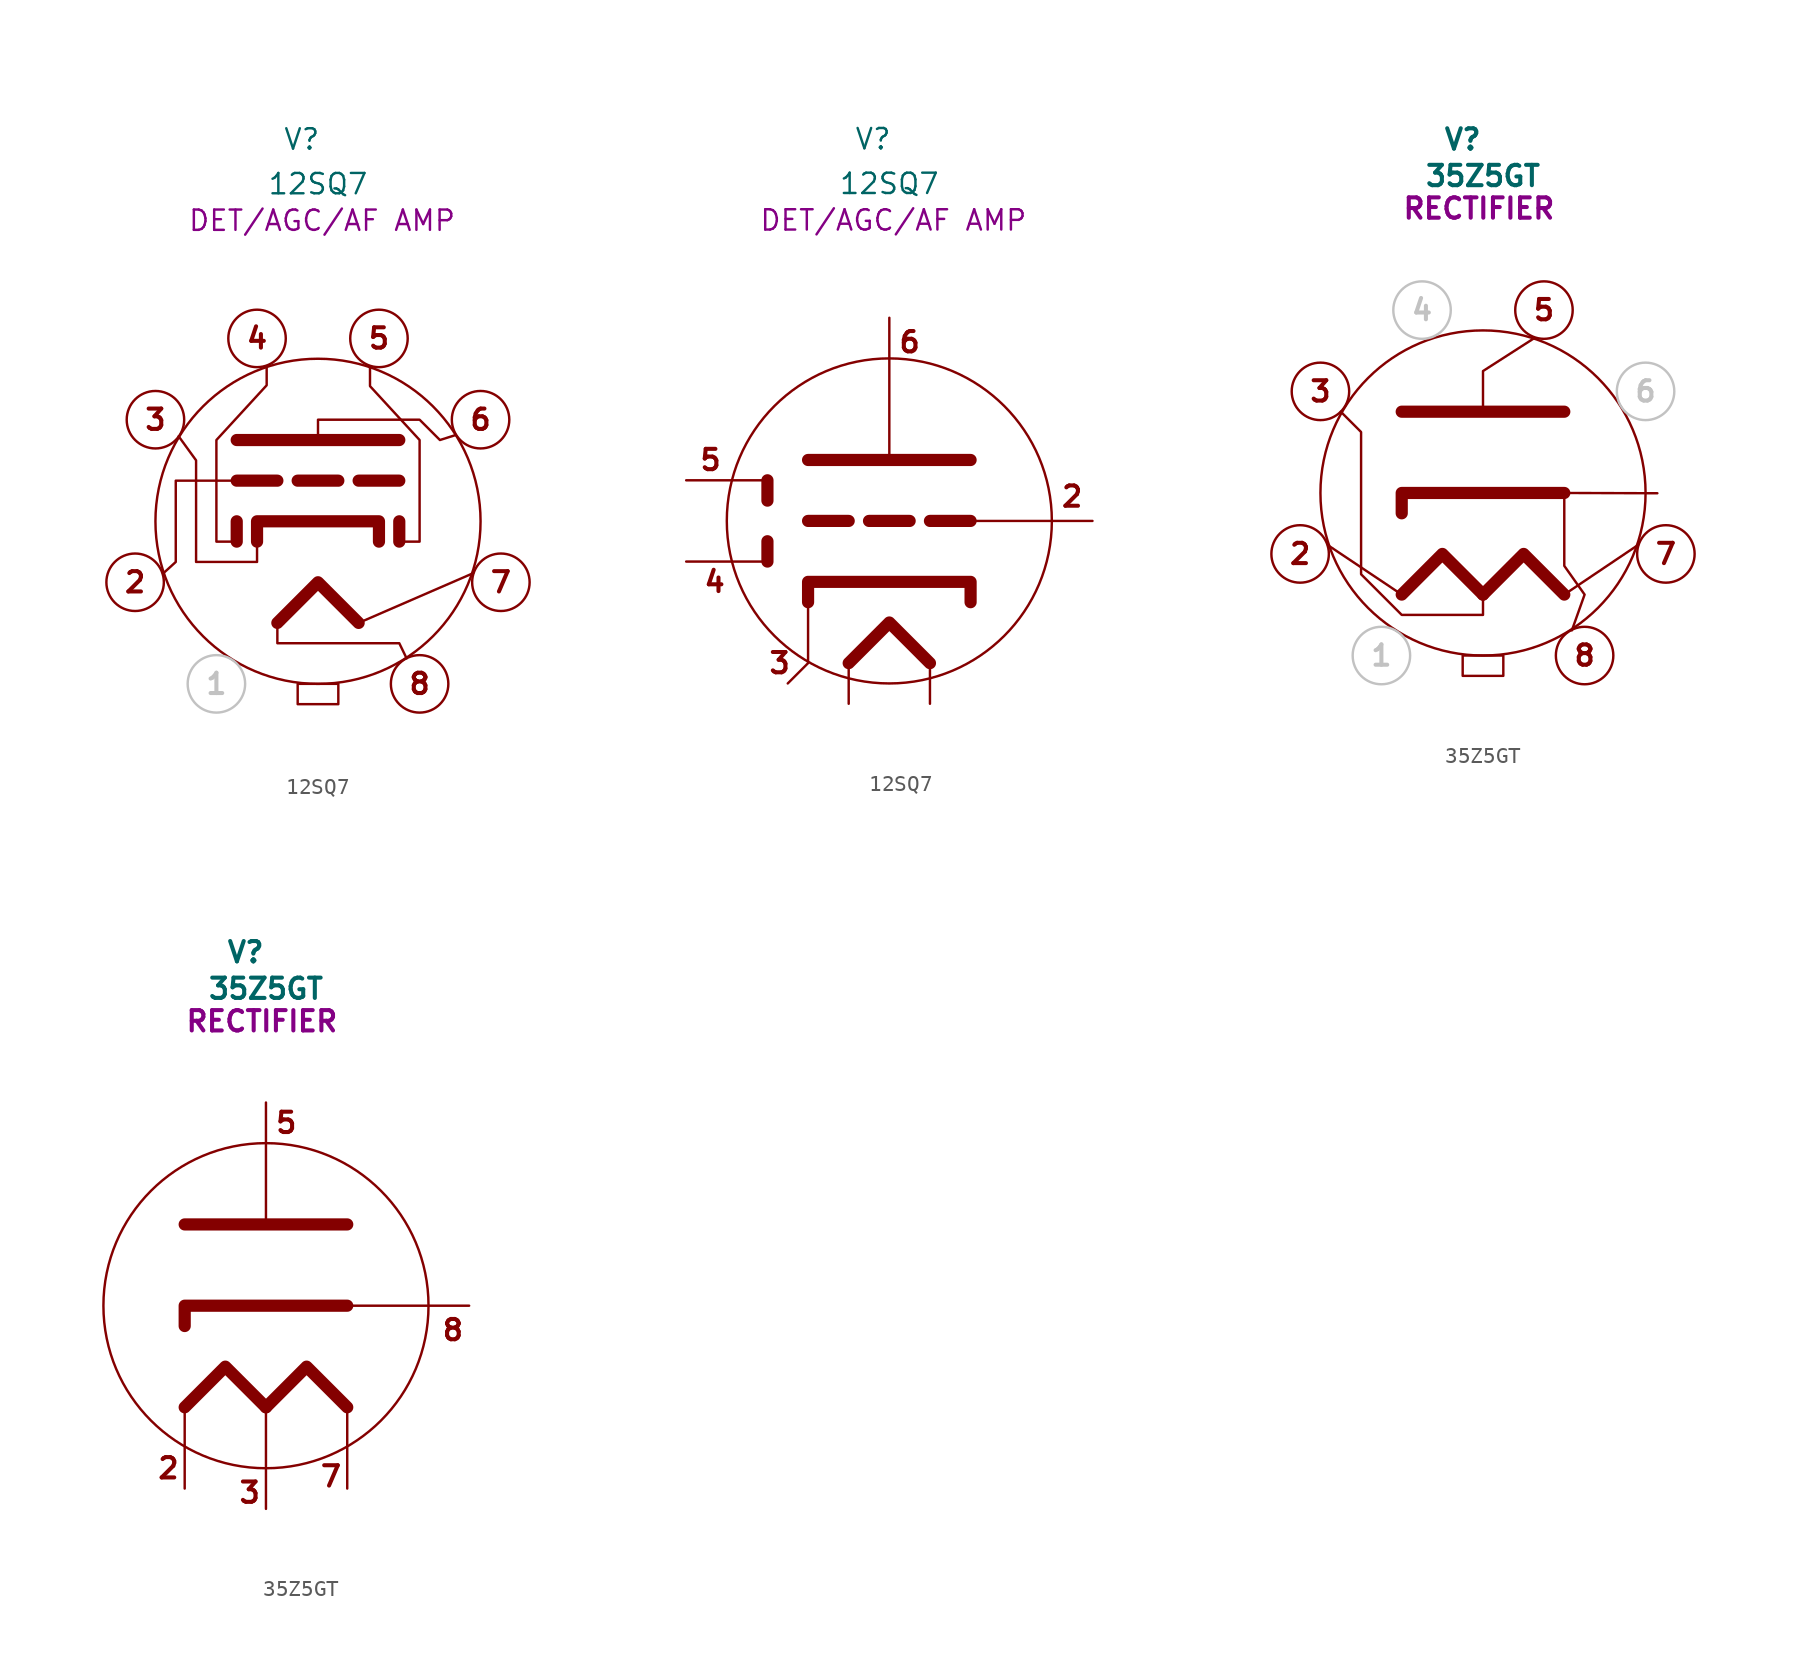
<source format=kicad_sym>
(kicad_symbol_lib
  (version 20231120)
  (generator "kicad_symbol_editor")
  (generator_version "8.0")
  (symbol "12SQ7"
    (property "Reference" "V"
      (at -1.016 23.876 0)
      (effects (font (size 1.27 1.27))))
    (property "Value" "12SQ7"
      (at 0 21.082 0)
      (effects (font (size 1.27 1.27))))
    (property "Description" "DET/AGC/AF AMP"
      (at 0.254 18.796 0)
      (effects (font (size 1.27 1.27))))
    (symbol "12SQ7_0_1"
      (polyline (pts (xy -2.54 -6.35) (xy -2.54 -7.62) (xy 5.08 -7.62) (xy 5.537 -8.565)) (stroke (width 0) (type default)) (fill (type none)))
      (polyline (pts (xy -8.71 5.312) (xy -7.62 3.81) (xy -7.62 -2.54) (xy -3.81 -2.54) (xy -3.81 -1.27)) (stroke (width 0) (type default)) (fill (type none)))
      (polyline (pts (xy -3.208 9.611) (xy -3.208 8.502) (xy -6.35 5.08) (xy -6.35 -1.27) (xy -5.08 -1.27)) (stroke (width 0) (type default)) (fill (type none)))
      (polyline (pts (xy 0 5.08) (xy 0 6.35) (xy 6.35 6.35) (xy 7.62 5.08) (xy 8.59 5.387)) (stroke (width 0) (type default)) (fill (type none)))
      (polyline (pts (xy 3.25 9.687) (xy 3.25 8.448) (xy 6.35 5.08) (xy 6.35 -1.27) (xy 5.08 -1.27)) (stroke (width 0) (type default)) (fill (type none))))
    (symbol "12SQ7_1_0"
      (circle (center 0 0) (radius 10.16) (stroke (width 0) (type default)) (fill (type none))))
    (symbol "12SQ7_1_1"
      (circle (center -11.43 -3.81) (radius 1.796) (stroke (width 0) (type default)) (fill (type none)))
      (circle (center -10.16 6.35) (radius 1.796) (stroke (width 0) (type default)) (fill (type none)))
      (circle (center -6.35 -10.16) (radius 1.796) (stroke (width 0) (type default) (color 194 194 194 1)) (fill (type none)))
      (circle (center -3.81 11.43) (radius 1.796) (stroke (width 0) (type default)) (fill (type none)))
      (rectangle (start -1.27 -10.16) (end 1.27 -11.43) (stroke (width 0) (type default)) (fill (type none)))
      (polyline (pts (xy -5.08 -1.27) (xy -5.08 0)) (stroke (width 0.762) (type solid)) (fill (type none)))
      (polyline (pts (xy -5.08 2.54) (xy -2.54 2.54)) (stroke (width 0.762) (type solid)) (fill (type none)))
      (polyline (pts (xy -5.08 5.08) (xy 5.08 5.08)) (stroke (width 0.762) (type default)) (fill (type none)))
      (polyline (pts (xy -1.27 2.54) (xy 1.27 2.54)) (stroke (width 0.762) (type solid)) (fill (type none)))
      (polyline (pts (xy 2.54 -6.35) (xy 9.704 -3.24)) (stroke (width 0) (type default)) (fill (type none)))
      (polyline (pts (xy 2.54 2.54) (xy 5.08 2.54)) (stroke (width 0.762) (type solid)) (fill (type none)))
      (polyline (pts (xy 5.08 -1.27) (xy 5.08 0)) (stroke (width 0.762) (type solid)) (fill (type none)))
      (polyline (pts (xy -2.54 -6.35) (xy 0 -3.81) (xy 2.54 -6.35)) (stroke (width 0.762) (type default)) (fill (type none)))
      (polyline (pts (xy -5.08 2.54) (xy -8.89 2.54) (xy -8.89 -2.54) (xy -9.688 -3.267)) (stroke (width 0) (type default)) (fill (type none)))
      (polyline (pts (xy -3.81 -1.27) (xy -3.81 0) (xy 3.81 0) (xy 3.81 -1.27)) (stroke (width 0.762) (type default)) (fill (type none)))
      (circle (center 3.81 11.43) (radius 1.796) (stroke (width 0) (type default)) (fill (type none)))
      (circle (center 6.35 -10.16) (radius 1.796) (stroke (width 0) (type default)) (fill (type none)))
      (circle (center 10.16 6.35) (radius 1.796) (stroke (width 0) (type default)) (fill (type none)))
      (circle (center 11.43 -3.81) (radius 1.796) (stroke (width 0) (type default)) (fill (type none)))
      (text "1" (at -6.35 -10.16 0) (effects (font (size 1.27 1.27) (thickness 0.254) (bold yes) (color 194 194 194 1))))
      (text "2" (at -11.43 -3.81 0) (effects (font (size 1.27 1.27) (thickness 0.254) (bold yes))))
      (text "3" (at -10.16 6.35 0) (effects (font (size 1.27 1.27) (thickness 0.254) (bold yes))))
      (text "4" (at -3.81 11.43 0) (effects (font (size 1.27 1.27) (thickness 0.254) (bold yes))))
      (text "5" (at 3.81 11.43 0) (effects (font (size 1.27 1.27) (thickness 0.254) (bold yes))))
      (text "6" (at 10.16 6.35 0) (effects (font (size 1.27 1.27) (thickness 0.254) (bold yes))))
      (text "7" (at 11.43 -3.81 0) (effects (font (size 1.27 1.27) (thickness 0.254) (bold yes))))
      (text "8" (at 6.35 -10.16 0) (effects (font (size 1.27 1.27) (thickness 0.254) (bold yes))))
      (pin bidirectional line (at -11.43 -3.81 0) (length 1.778) hide (name "" (effects (font (size 1.27 1.27)))) (number "2" (effects (font (size 1.27 1.27)))))
      (pin bidirectional line (at -10.16 6.35 0) (length 1.778) hide (name "" (effects (font (size 1.27 1.27)))) (number "3" (effects (font (size 1.27 1.27)))))
      (pin bidirectional line (at -3.81 11.43 0) (length 1.778) hide (name "" (effects (font (size 1.27 1.27)))) (number "4" (effects (font (size 1.27 1.27)))))
      (pin bidirectional line (at 3.81 11.43 0) (length 1.778) hide (name "" (effects (font (size 1.27 1.27)))) (number "5" (effects (font (size 1.27 1.27)))))
      (pin bidirectional line (at 10.16 6.35 0) (length 1.778) hide (name "" (effects (font (size 1.27 1.27)))) (number "6" (effects (font (size 1.27 1.27)))))
      (pin bidirectional line (at 11.43 -3.81 0) (length 1.778) hide (name "" (effects (font (size 1.27 1.27)))) (number "7" (effects (font (size 1.27 1.27)))))
      (pin bidirectional line (at 6.35 -10.16 0) (length 1.778) hide (name "" (effects (font (size 1.27 1.27)))) (number "8" (effects (font (size 1.27 1.27))))))
    (symbol "12SQ7_1_2"
      (polyline (pts (xy -12.7 -2.54) (xy -7.62 -2.54)) (stroke (width 0) (type default)) (fill (type none)))
      (polyline (pts (xy -12.7 2.54) (xy -7.62 2.54)) (stroke (width 0) (type default)) (fill (type none)))
      (polyline (pts (xy -7.62 -2.54) (xy -7.62 -1.27)) (stroke (width 0.762) (type solid)) (fill (type none)))
      (polyline (pts (xy -7.62 1.27) (xy -7.62 2.54)) (stroke (width 0.762) (type solid)) (fill (type none)))
      (polyline (pts (xy -5.08 0) (xy -2.54 0)) (stroke (width 0.762) (type solid)) (fill (type none)))
      (polyline (pts (xy -5.08 3.81) (xy 5.08 3.81)) (stroke (width 0.762) (type default)) (fill (type none)))
      (polyline (pts (xy -2.54 -8.89) (xy -2.54 -11.43)) (stroke (width 0) (type default)) (fill (type none)))
      (polyline (pts (xy -1.27 0) (xy 1.27 0)) (stroke (width 0.762) (type solid)) (fill (type none)))
      (polyline (pts (xy 0 12.7) (xy 0 3.81)) (stroke (width 0) (type default)) (fill (type none)))
      (polyline (pts (xy 2.54 -8.89) (xy 2.54 -11.43)) (stroke (width 0) (type default)) (fill (type none)))
      (polyline (pts (xy 2.54 0) (xy 5.08 0)) (stroke (width 0.762) (type solid)) (fill (type none)))
      (polyline (pts (xy 5.08 0) (xy 12.7 0)) (stroke (width 0) (type default)) (fill (type none)))
      (polyline (pts (xy -5.08 -5.08) (xy -5.08 -8.89) (xy -6.35 -10.16)) (stroke (width 0) (type default)) (fill (type none)))
      (polyline (pts (xy -2.54 -8.89) (xy 0 -6.35) (xy 2.54 -8.89)) (stroke (width 0.762) (type default)) (fill (type none)))
      (polyline (pts (xy -5.08 -5.08) (xy -5.08 -3.81) (xy 5.08 -3.81) (xy 5.08 -5.08)) (stroke (width 0.762) (type default)) (fill (type none)))
      (text "2" (at 11.43 1.524 0) (effects (font (size 1.27 1.27) (thickness 0.254) (bold yes))))
      (text "3" (at -6.858 -8.89 0) (effects (font (size 1.27 1.27) (thickness 0.254) (bold yes))))
      (text "4\n" (at -10.922 -3.81 0) (effects (font (size 1.27 1.27) (thickness 0.254) (bold yes))))
      (text "5" (at -11.176 3.81 0) (effects (font (size 1.27 1.27) (thickness 0.254) (bold yes))))
      (text "6" (at 1.27 11.176 0) (effects (font (size 1.27 1.27) (thickness 0.254) (bold yes))))
      (pin bidirectional line (at 12.7 0 0) (length 1.778) hide (name "" (effects (font (size 1.27 1.27)))) (number "2" (effects (font (size 1.27 1.27)))))
      (pin bidirectional line (at -6.35 -10.16 0) (length 1.778) hide (name "" (effects (font (size 1.27 1.27)))) (number "3" (effects (font (size 1.27 1.27)))))
      (pin bidirectional line (at -12.7 -2.54 0) (length 1.778) hide (name "" (effects (font (size 1.27 1.27)))) (number "4" (effects (font (size 1.27 1.27)))))
      (pin bidirectional line (at -12.7 2.54 0) (length 1.778) hide (name "" (effects (font (size 1.27 1.27)))) (number "5" (effects (font (size 1.27 1.27)))))
      (pin bidirectional line (at 0 12.7 0) (length 1.778) hide (name "" (effects (font (size 1.27 1.27)))) (number "6" (effects (font (size 1.27 1.27)))))
      (pin bidirectional line (at 2.54 -11.43 0) (length 1.778) hide (name "" (effects (font (size 1.27 1.27)))) (number "7" (effects (font (size 1.27 1.27)))))
      (pin bidirectional line (at -2.54 -11.43 0) (length 1.778) hide (name "" (effects (font (size 1.27 1.27)))) (number "8" (effects (font (size 1.27 1.27)))))))
  (symbol "35Z5GT"
    (pin_names
      (offset 1.016))
    (property "Reference" "V"
      (at -1.27 22.098 0)
      (effects (font (size 1.27 1.27) (thickness 0.254) (bold yes))))
    (property "Value" "35Z5GT"
      (at 0 19.812 0)
      (effects (font (size 1.27 1.27) (thickness 0.254) (bold yes))))
    (property "Description" "RECTIFIER"
      (at -0.254 17.78 0)
      (effects (font (size 1.27 1.27) (thickness 0.254) (bold yes))))
    (symbol "35Z5GT_0_1"
      (polyline (pts (xy 5.08 0) (xy 10.897 -0.017)) (stroke (width 0) (type default)) (fill (type none)))
      (polyline (pts (xy 0 5.08) (xy 0 7.62) (xy 3.203 9.677)) (stroke (width 0) (type default)) (fill (type none))))
    (symbol "35Z5GT_0_2"
      (polyline (pts (xy -5.08 -6.35) (xy -5.08 -11.43)) (stroke (width 0) (type default)) (fill (type none)))
      (polyline (pts (xy 0 -6.35) (xy 0 -12.7)) (stroke (width 0) (type default)) (fill (type none)))
      (polyline (pts (xy 0 12.7) (xy 0 5.08)) (stroke (width 0) (type default)) (fill (type none)))
      (polyline (pts (xy 5.08 -6.35) (xy 5.08 -11.43)) (stroke (width 0) (type default)) (fill (type none)))
      (polyline (pts (xy 5.08 0) (xy 12.7 0)) (stroke (width 0) (type default)) (fill (type none))))
    (symbol "35Z5GT_1_0"
      (circle (center 0 0) (radius 10.16) (stroke (width 0) (type default)) (fill (type none))))
    (symbol "35Z5GT_1_1"
      (circle (center -11.43 -3.81) (radius 1.796) (stroke (width 0) (type default)) (fill (type none)))
      (circle (center -10.16 6.35) (radius 1.796) (stroke (width 0) (type default)) (fill (type none)))
      (circle (center -6.35 -10.16) (radius 1.796) (stroke (width 0) (type default) (color 194 194 194 1)) (fill (type none)))
      (circle (center -3.81 11.43) (radius 1.796) (stroke (width 0) (type default) (color 194 194 194 1)) (fill (type none)))
      (rectangle (start -1.27 -10.16) (end 1.27 -11.43) (stroke (width 0) (type default)) (fill (type none)))
      (polyline (pts (xy -5.08 -6.35) (xy -9.688 -3.267)) (stroke (width 0) (type default)) (fill (type none)))
      (polyline (pts (xy -5.08 5.08) (xy 5.08 5.08)) (stroke (width 0.762) (type default)) (fill (type none)))
      (polyline (pts (xy 5.08 -6.35) (xy 9.704 -3.24)) (stroke (width 0) (type default)) (fill (type none)))
      (polyline (pts (xy -5.08 -6.35) (xy -2.54 -3.81) (xy 0 -6.35)) (stroke (width 0.762) (type default)) (fill (type none)))
      (polyline (pts (xy -5.08 -1.27) (xy -5.08 0) (xy 5.08 0)) (stroke (width 0.762) (type default)) (fill (type none)))
      (polyline (pts (xy 0 -6.35) (xy 2.54 -3.81) (xy 5.08 -6.35)) (stroke (width 0.762) (type default)) (fill (type none)))
      (polyline (pts (xy 5.08 0) (xy 5.08 -4.555) (xy 6.35 -6.35) (xy 5.555 -8.587)) (stroke (width 0) (type default)) (fill (type none)))
      (polyline (pts (xy -8.89 5.08) (xy -7.62 3.81) (xy -7.62 -5.08) (xy -5.08 -7.62) (xy 0 -7.62) (xy 0 -6.35)) (stroke (width 0) (type default)) (fill (type none)))
      (circle (center 3.81 11.43) (radius 1.796) (stroke (width 0) (type default)) (fill (type none)))
      (circle (center 6.35 -10.16) (radius 1.796) (stroke (width 0) (type default)) (fill (type none)))
      (circle (center 10.16 6.35) (radius 1.796) (stroke (width 0) (type default) (color 194 194 194 1)) (fill (type none)))
      (circle (center 11.43 -3.81) (radius 1.796) (stroke (width 0) (type default)) (fill (type none)))
      (text "1" (at -6.35 -10.16 0) (effects (font (size 1.27 1.27) (thickness 0.254) (bold yes) (color 194 194 194 1))))
      (text "2" (at -11.43 -3.81 0) (effects (font (size 1.27 1.27) (thickness 0.254) (bold yes))))
      (text "3" (at -10.16 6.35 0) (effects (font (size 1.27 1.27) (thickness 0.254) (bold yes))))
      (text "4" (at -3.81 11.43 0) (effects (font (size 1.27 1.27) (thickness 0.254) (bold yes) (color 194 194 194 1))))
      (text "5" (at 3.81 11.43 0) (effects (font (size 1.27 1.27) (thickness 0.254) (bold yes))))
      (text "6" (at 10.16 6.35 0) (effects (font (size 1.27 1.27) (thickness 0.254) (bold yes) (color 194 194 194 1))))
      (text "7" (at 11.43 -3.81 0) (effects (font (size 1.27 1.27) (thickness 0.254) (bold yes))))
      (text "8" (at 6.35 -10.16 0) (effects (font (size 1.27 1.27) (thickness 0.254) (bold yes))))
      (pin bidirectional line (at -11.43 -3.81 0) (length 1.778) hide (name "H" (effects (font (size 1.27 1.27)))) (number "2" (effects (font (size 1.27 1.27)))))
      (pin bidirectional line (at -10.16 6.35 0) (length 1.778) hide (name "H_TAP" (effects (font (size 1.27 1.27)))) (number "3" (effects (font (size 1.27 1.27)))))
      (pin bidirectional line (at 3.81 11.43 0) (length 1.778) hide (name "P" (effects (font (size 1.27 1.27)))) (number "5" (effects (font (size 1.27 1.27)))))
      (pin bidirectional line (at 11.43 -3.81 0) (length 1.778) hide (name "H" (effects (font (size 1.27 1.27)))) (number "7" (effects (font (size 1.27 1.27)))))
      (pin bidirectional line (at 6.35 -10.16 0) (length 1.778) hide (name "C" (effects (font (size 1.27 1.27)))) (number "8" (effects (font (size 1.27 1.27))))))
    (symbol "35Z5GT_1_2"
      (polyline (pts (xy -5.08 5.08) (xy 5.08 5.08)) (stroke (width 0.762) (type default)) (fill (type none)))
      (polyline (pts (xy -5.08 -6.35) (xy -2.54 -3.81) (xy 0 -6.35)) (stroke (width 0.762) (type default)) (fill (type none)))
      (polyline (pts (xy -5.08 -1.27) (xy -5.08 0) (xy 5.08 0)) (stroke (width 0.762) (type default)) (fill (type none)))
      (polyline (pts (xy 0 -6.35) (xy 2.54 -3.81) (xy 5.08 -6.35)) (stroke (width 0.762) (type default)) (fill (type none)))
      (text "2" (at -6.096 -10.16 0) (effects (font (size 1.27 1.27) (thickness 0.254) (bold yes))))
      (text "3" (at -1.016 -11.684 0) (effects (font (size 1.27 1.27) (thickness 0.254) (bold yes))))
      (text "5" (at 1.27 11.43 0) (effects (font (size 1.27 1.27) (thickness 0.254) (bold yes))))
      (text "7" (at 4.064 -10.668 0) (effects (font (size 1.27 1.27) (thickness 0.254) (bold yes))))
      (text "8" (at 11.684 -1.524 0) (effects (font (size 1.27 1.27) (thickness 0.254) (bold yes))))
      (pin bidirectional line (at -5.08 -11.43 0) (length 1.778) hide (name "" (effects (font (size 1.27 1.27)))) (number "2" (effects (font (size 1.27 1.27)))))
      (pin bidirectional line (at 0 -12.7 0) (length 1.778) hide (name "" (effects (font (size 1.27 1.27)))) (number "3" (effects (font (size 1.27 1.27)))))
      (pin bidirectional line (at 0 12.7 0) (length 1.778) hide (name "" (effects (font (size 1.27 1.27)))) (number "5" (effects (font (size 1.27 1.27)))))
      (pin bidirectional line (at 5.08 -11.43 0) (length 1.778) hide (name "" (effects (font (size 1.27 1.27)))) (number "7" (effects (font (size 1.27 1.27)))))
      (pin bidirectional line (at 12.7 0 0) (length 1.778) hide (name "" (effects (font (size 1.27 1.27)))) (number "8" (effects (font (size 1.27 1.27))))))))
</source>
